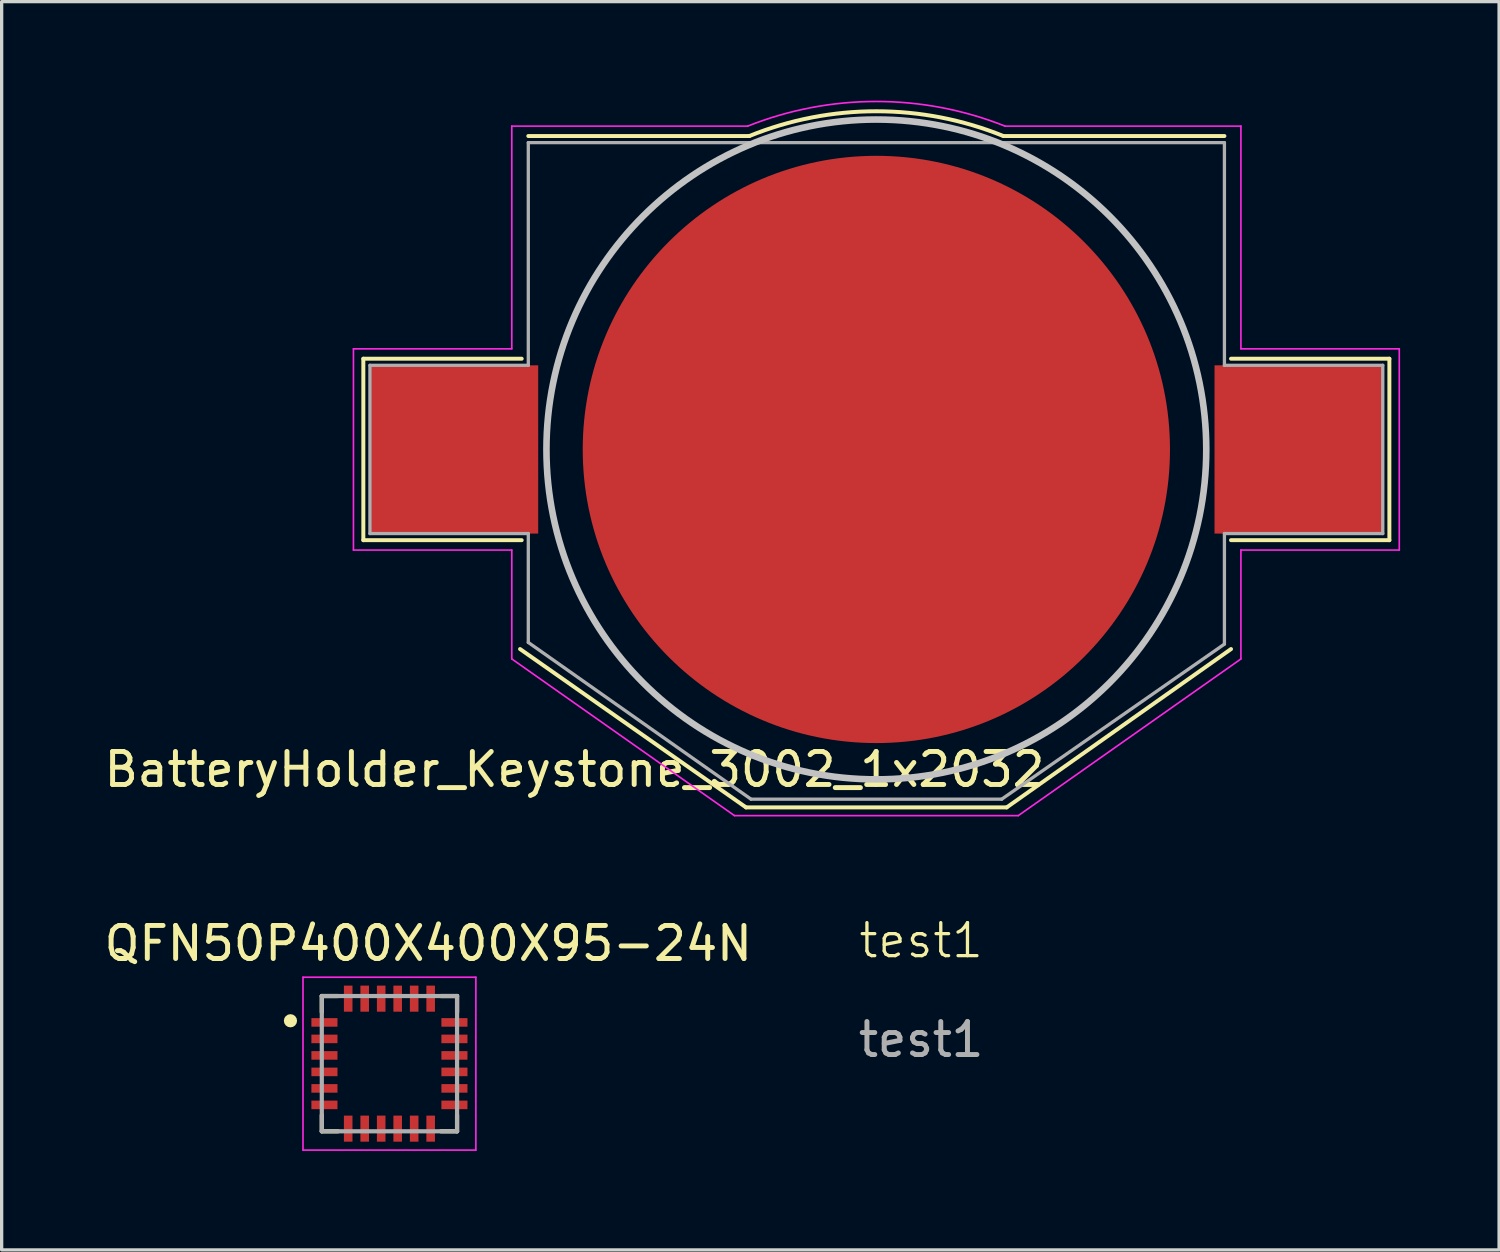
<source format=kicad_pcb>
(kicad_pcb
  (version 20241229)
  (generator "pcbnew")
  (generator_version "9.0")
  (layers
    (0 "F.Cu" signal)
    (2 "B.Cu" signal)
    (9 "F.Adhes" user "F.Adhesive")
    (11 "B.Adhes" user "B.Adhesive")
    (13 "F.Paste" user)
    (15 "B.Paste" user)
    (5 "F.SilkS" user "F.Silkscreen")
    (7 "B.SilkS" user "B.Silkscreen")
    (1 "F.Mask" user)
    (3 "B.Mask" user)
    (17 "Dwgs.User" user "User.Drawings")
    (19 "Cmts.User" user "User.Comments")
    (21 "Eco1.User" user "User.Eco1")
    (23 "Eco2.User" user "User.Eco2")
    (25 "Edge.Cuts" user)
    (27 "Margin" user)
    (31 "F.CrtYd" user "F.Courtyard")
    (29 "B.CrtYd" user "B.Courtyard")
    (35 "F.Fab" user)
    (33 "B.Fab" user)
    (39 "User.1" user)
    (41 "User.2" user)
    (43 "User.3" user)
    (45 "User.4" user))
  (footprint "QFN50P400X400X95-24N"
    (layer "F.Cu")
    (at 8.754 29.19)
    (property "Reference" "QFN50P400X400X95-24N" (at 1.178 -3.643 0) (layer "F.SilkS") (effects (font (size 1.002 1.002) (thickness 0.15))))
    (attr smd)
    (fp_line (start -2.05 -1.56) (end -2.05 -2.05) (stroke (width 0.127) (type solid)) (layer "F.SilkS"))
    (fp_line (start -2.05 2.05) (end -2.05 1.56) (stroke (width 0.127) (type solid)) (layer "F.SilkS"))
    (fp_line (start -1.56 -2.05) (end -2.05 -2.05) (stroke (width 0.127) (type solid)) (layer "F.SilkS"))
    (fp_line (start -1.56 2.05) (end -2.05 2.05) (stroke (width 0.127) (type solid)) (layer "F.SilkS"))
    (fp_line (start 1.56 -2.05) (end 2.05 -2.05) (stroke (width 0.127) (type solid)) (layer "F.SilkS"))
    (fp_line (start 2.05 -2.05) (end 2.05 -1.56) (stroke (width 0.127) (type solid)) (layer "F.SilkS"))
    (fp_line (start 2.05 1.56) (end 2.05 2.05) (stroke (width 0.127) (type solid)) (layer "F.SilkS"))
    (fp_line (start 2.05 2.05) (end 1.56 2.05) (stroke (width 0.127) (type solid)) (layer "F.SilkS"))
    (fp_circle (center -3 -1.3) (end -2.9 -1.3) (stroke (width 0.2) (type solid)) (fill no) (layer "F.SilkS"))
    (fp_line (start -2.62 -2.62) (end 2.62 -2.62) (stroke (width 0.05) (type solid)) (layer "F.CrtYd"))
    (fp_line (start -2.62 2.62) (end -2.62 -2.62) (stroke (width 0.05) (type solid)) (layer "F.CrtYd"))
    (fp_line (start 2.62 -2.62) (end 2.62 2.62) (stroke (width 0.05) (type solid)) (layer "F.CrtYd"))
    (fp_line (start 2.62 2.62) (end -2.62 2.62) (stroke (width 0.05) (type solid)) (layer "F.CrtYd"))
    (fp_line (start -2.05 -2.05) (end -2.05 2.05) (stroke (width 0.127) (type solid)) (layer "F.Fab"))
    (fp_line (start 2.05 -2.05) (end -2.05 -2.05) (stroke (width 0.127) (type solid)) (layer "F.Fab"))
    (fp_line (start 2.05 -2.05) (end 2.05 2.05) (stroke (width 0.127) (type solid)) (layer "F.Fab"))
    (fp_line (start 2.05 2.05) (end -2.05 2.05) (stroke (width 0.127) (type solid)) (layer "F.Fab"))
    (pad "1" smd rect (at -1.97 -1.25) (size 0.79 0.26) (layers "F.Cu" "F.Mask" "F.Paste"))
    (pad "2" smd rect (at -1.97 -0.75) (size 0.79 0.26) (layers "F.Cu" "F.Mask" "F.Paste"))
    (pad "3" smd rect (at -1.97 -0.25) (size 0.79 0.26) (layers "F.Cu" "F.Mask" "F.Paste"))
    (pad "4" smd rect (at -1.97 0.25) (size 0.79 0.26) (layers "F.Cu" "F.Mask" "F.Paste"))
    (pad "5" smd rect (at -1.97 0.75) (size 0.79 0.26) (layers "F.Cu" "F.Mask" "F.Paste"))
    (pad "6" smd rect (at -1.97 1.25) (size 0.79 0.26) (layers "F.Cu" "F.Mask" "F.Paste"))
    (pad "7" smd rect (at -1.25 1.97 90) (size 0.79 0.26) (layers "F.Cu" "F.Mask" "F.Paste"))
    (pad "8" smd rect (at -0.75 1.97 90) (size 0.79 0.26) (layers "F.Cu" "F.Mask" "F.Paste"))
    (pad "9" smd rect (at -0.25 1.97 90) (size 0.79 0.26) (layers "F.Cu" "F.Mask" "F.Paste"))
    (pad "10" smd rect (at 0.25 1.97 90) (size 0.79 0.26) (layers "F.Cu" "F.Mask" "F.Paste"))
    (pad "11" smd rect (at 0.75 1.97 90) (size 0.79 0.26) (layers "F.Cu" "F.Mask" "F.Paste"))
    (pad "12" smd rect (at 1.25 1.97 90) (size 0.79 0.26) (layers "F.Cu" "F.Mask" "F.Paste"))
    (pad "13" smd rect (at 1.97 1.25 180) (size 0.79 0.26) (layers "F.Cu" "F.Mask" "F.Paste"))
    (pad "14" smd rect (at 1.97 0.75 180) (size 0.79 0.26) (layers "F.Cu" "F.Mask" "F.Paste"))
    (pad "15" smd rect (at 1.97 0.25 180) (size 0.79 0.26) (layers "F.Cu" "F.Mask" "F.Paste"))
    (pad "16" smd rect (at 1.97 -0.25 180) (size 0.79 0.26) (layers "F.Cu" "F.Mask" "F.Paste"))
    (pad "17" smd rect (at 1.97 -0.75 180) (size 0.79 0.26) (layers "F.Cu" "F.Mask" "F.Paste"))
    (pad "18" smd rect (at 1.97 -1.25 180) (size 0.79 0.26) (layers "F.Cu" "F.Mask" "F.Paste"))
    (pad "19" smd rect (at 1.25 -1.97 270) (size 0.79 0.26) (layers "F.Cu" "F.Mask" "F.Paste"))
    (pad "20" smd rect (at 0.75 -1.97 270) (size 0.79 0.26) (layers "F.Cu" "F.Mask" "F.Paste"))
    (pad "21" smd rect (at 0.25 -1.97 270) (size 0.79 0.26) (layers "F.Cu" "F.Mask" "F.Paste"))
    (pad "22" smd rect (at -0.25 -1.97 270) (size 0.79 0.26) (layers "F.Cu" "F.Mask" "F.Paste"))
    (pad "23" smd rect (at -0.75 -1.97 270) (size 0.79 0.26) (layers "F.Cu" "F.Mask" "F.Paste"))
    (pad "24" smd rect (at -1.25 -1.97 270) (size 0.79 0.26) (layers "F.Cu" "F.Mask" "F.Paste")))
  (footprint "test1"
    (layer "F.Cu")
    (at 24.87 25.958)
    (property "Reference" "test1" (at 0 -0.5 0) (unlocked yes) (layer "F.SilkS") (effects (font (size 1 1) (thickness 0.1))))
    (fp_text user "${REFERENCE}" (at 0 2.5 0) (unlocked yes) (layer "F.Fab") (effects (font (size 1 1) (thickness 0.15)))))
  (footprint "BatteryHolder_Keystone_3002_1x2032"
    (layer "F.Cu")
    (at 23.513 10.573)
    (property "Reference" "BatteryHolder_Keystone_3002_1x2032" (at -9.15 9.7 0) (layer "F.SilkS") (effects (font (size 1 1) (thickness 0.15))))
    (attr smd)
    (fp_line (start -15.55 -2.75) (end -15.55 2.75) (stroke (width 0.12) (type solid)) (layer "F.SilkS"))
    (fp_line (start -15.55 2.75) (end -10.75 2.75) (stroke (width 0.12) (type solid)) (layer "F.SilkS"))
    (fp_line (start -10.8 6.05) (end -3.95 10.85) (stroke (width 0.12) (type solid)) (layer "F.SilkS"))
    (fp_line (start -10.75 -2.75) (end -15.55 -2.75) (stroke (width 0.12) (type solid)) (layer "F.SilkS"))
    (fp_line (start -10.55 -9.5) (end -3.85 -9.5) (stroke (width 0.12) (type solid)) (layer "F.SilkS"))
    (fp_line (start -3.95 10.85) (end 3.95 10.85) (stroke (width 0.12) (type solid)) (layer "F.SilkS"))
    (fp_line (start 3.95 10.85) (end 10.75 6.05) (stroke (width 0.12) (type solid)) (layer "F.SilkS"))
    (fp_line (start 10.55 -9.5) (end 3.85 -9.5) (stroke (width 0.12) (type solid)) (layer "F.SilkS"))
    (fp_line (start 10.75 2.75) (end 15.55 2.75) (stroke (width 0.12) (type solid)) (layer "F.SilkS"))
    (fp_line (start 15.55 -2.75) (end 10.75 -2.75) (stroke (width 0.12) (type solid)) (layer "F.SilkS"))
    (fp_line (start 15.55 2.75) (end 15.55 -2.75) (stroke (width 0.12) (type solid)) (layer "F.SilkS"))
    (fp_arc (start -3.846385 -9.501464) (mid 0.00195 -10.250487) (end 3.85 -9.5) (stroke (width 0.12) (type solid)) (layer "F.SilkS"))
    (fp_circle (center 0 0) (end 10 0) (stroke (width 0.2) (type solid)) (fill no) (layer "Dwgs.User"))
    (fp_line (start -15.85 -3.05) (end -11.05 -3.05) (stroke (width 0.05) (type solid)) (layer "F.CrtYd"))
    (fp_line (start -15.85 3.05) (end -15.85 -3.05) (stroke (width 0.05) (type solid)) (layer "F.CrtYd"))
    (fp_line (start -11.05 -9.8) (end -3.9 -9.8) (stroke (width 0.05) (type solid)) (layer "F.CrtYd"))
    (fp_line (start -11.05 -3.05) (end -11.05 -9.8) (stroke (width 0.05) (type solid)) (layer "F.CrtYd"))
    (fp_line (start -11.05 3.05) (end -15.85 3.05) (stroke (width 0.05) (type solid)) (layer "F.CrtYd"))
    (fp_line (start -11.05 6.35) (end -11.05 3.05) (stroke (width 0.05) (type solid)) (layer "F.CrtYd"))
    (fp_line (start -4.3 11.1) (end -11.05 6.35) (stroke (width 0.05) (type solid)) (layer "F.CrtYd"))
    (fp_line (start 4.3 11.1) (end -4.3 11.1) (stroke (width 0.05) (type solid)) (layer "F.CrtYd"))
    (fp_line (start 11.05 -9.8) (end 3.9 -9.8) (stroke (width 0.05) (type solid)) (layer "F.CrtYd"))
    (fp_line (start 11.05 -9.8) (end 11.05 -3.05) (stroke (width 0.05) (type solid)) (layer "F.CrtYd"))
    (fp_line (start 11.05 -3.05) (end 15.85 -3.05) (stroke (width 0.05) (type solid)) (layer "F.CrtYd"))
    (fp_line (start 11.05 3.05) (end 11.05 6.35) (stroke (width 0.05) (type solid)) (layer "F.CrtYd"))
    (fp_line (start 11.05 6.35) (end 4.3 11.1) (stroke (width 0.05) (type solid)) (layer "F.CrtYd"))
    (fp_line (start 15.85 -3.05) (end 15.85 3.05) (stroke (width 0.05) (type solid)) (layer "F.CrtYd"))
    (fp_line (start 15.85 3.05) (end 11.05 3.05) (stroke (width 0.05) (type solid)) (layer "F.CrtYd"))
    (fp_arc (start -3.9 -9.8) (mid 0 -10.547512) (end 3.9 -9.8) (stroke (width 0.05) (type solid)) (layer "F.CrtYd"))
    (fp_line (start -15.35 -2.55) (end -15.35 2.55) (stroke (width 0.1) (type solid)) (layer "F.Fab"))
    (fp_line (start -15.35 -2.55) (end -10.55 -2.55) (stroke (width 0.1) (type solid)) (layer "F.Fab"))
    (fp_line (start -15.35 2.55) (end -10.55 2.55) (stroke (width 0.1) (type solid)) (layer "F.Fab"))
    (fp_line (start -10.55 -2.55) (end -10.55 -9.3) (stroke (width 0.1) (type solid)) (layer "F.Fab"))
    (fp_line (start -10.55 2.55) (end -10.55 5.85) (stroke (width 0.1) (type solid)) (layer "F.Fab"))
    (fp_line (start -10.55 5.85) (end -3.8 10.6) (stroke (width 0.1) (type solid)) (layer "F.Fab"))
    (fp_line (start -3.8 10.6) (end 3.8 10.6) (stroke (width 0.1) (type solid)) (layer "F.Fab"))
    (fp_line (start 10.55 -9.3) (end -10.55 -9.3) (stroke (width 0.1) (type solid)) (layer "F.Fab"))
    (fp_line (start 10.55 -2.55) (end 10.55 -9.3) (stroke (width 0.1) (type solid)) (layer "F.Fab"))
    (fp_line (start 10.55 2.55) (end 10.55 5.9) (stroke (width 0.1) (type solid)) (layer "F.Fab"))
    (fp_line (start 10.55 2.55) (end 15.35 2.55) (stroke (width 0.1) (type solid)) (layer "F.Fab"))
    (fp_line (start 10.55 5.9) (end 3.8 10.6) (stroke (width 0.1) (type solid)) (layer "F.Fab"))
    (fp_line (start 15.35 -2.55) (end 10.55 -2.55) (stroke (width 0.1) (type solid)) (layer "F.Fab"))
    (fp_line (start 15.35 2.55) (end 15.35 -2.55) (stroke (width 0.1) (type solid)) (layer "F.Fab"))
    (pad "1" smd rect (at -12.8 0) (size 5.1 5.1) (layers "F.Cu" "F.Mask" "F.Paste"))
    (pad "1" smd rect (at 12.8 0) (size 5.1 5.1) (layers "F.Cu" "F.Mask" "F.Paste"))
    (pad "2" smd circle (at 0 0) (size 17.8 17.8) (layers "F.Cu" "F.Mask")))
  (gr_rect
    (start -3 -3)
    (end 42.388 34.835)
    (stroke (width 0.1) (type default))
    (fill no)
    (layer "Edge.Cuts")))
</source>
